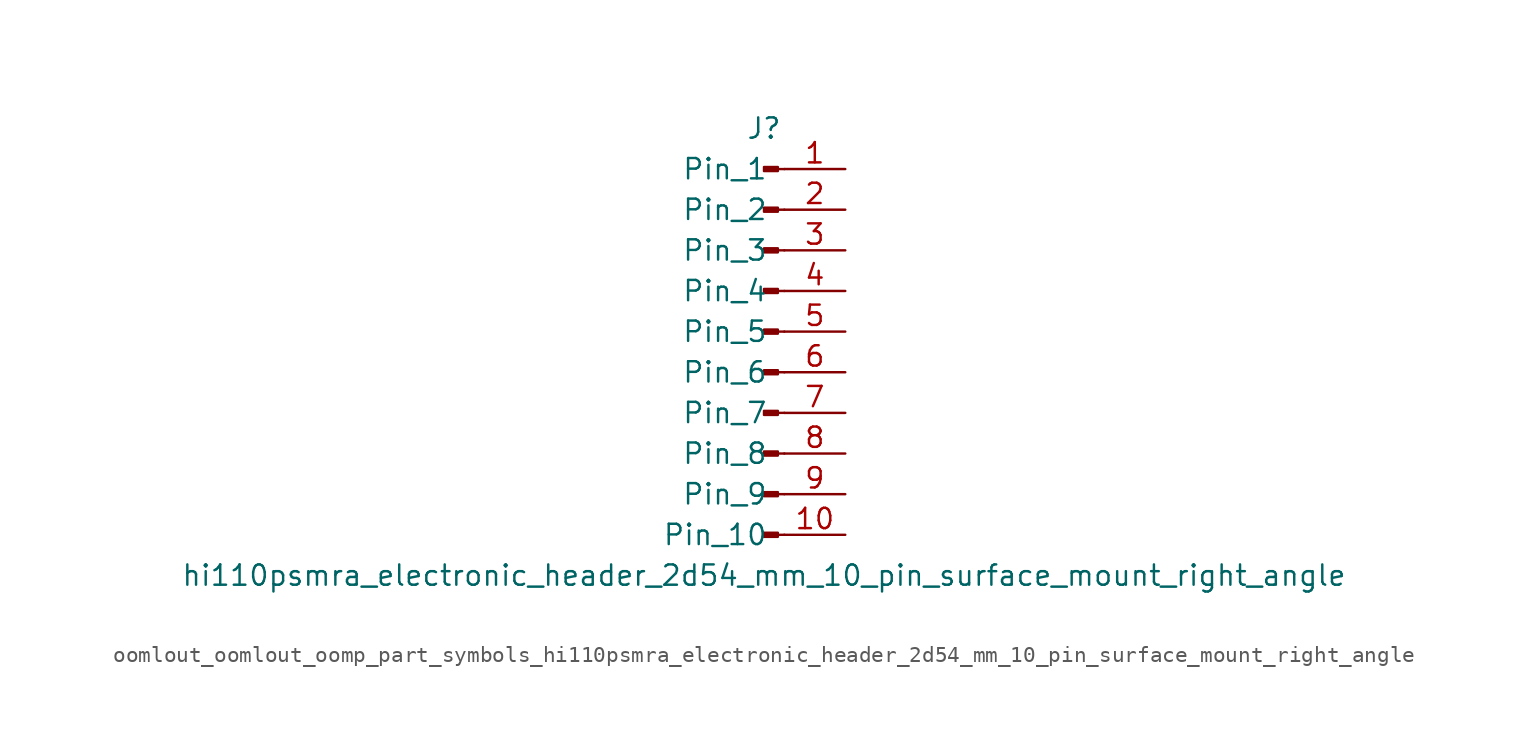
<source format=kicad_sym>
(kicad_symbol_lib
  (version 20220914)
  (generator kicad_symbol_editor)
  (symbol "oomlout_oomlout_oomp_part_symbols_hi110psmra_electronic_header_2d54_mm_10_pin_surface_mount_right_angle"
    (pin_names
      (offset 1.016))
    (property "Reference" "J"
      (at 0 12.7 0)
      (effects (font (size 1.27 1.27))))
    (property "Value" "hi110psmra_electronic_header_2d54_mm_10_pin_surface_mount_right_angle"
      (at 0 -15.24 0)
      (effects (font (size 1.27 1.27))))
    (property "ki_locked" ""
      (at 0 0 0)
      (effects (font (size 1.27 1.27))))
    (symbol "oomlout_oomlout_oomp_part_symbols_hi110psmra_electronic_header_2d54_mm_10_pin_surface_mount_right_angle_1_1"
      (polyline (pts (xy 1.27 -12.7) (xy 0.864 -12.7)) (stroke (width 0.152) (type default)) (fill (type none)))
      (polyline (pts (xy 1.27 -10.16) (xy 0.864 -10.16)) (stroke (width 0.152) (type default)) (fill (type none)))
      (polyline (pts (xy 1.27 -7.62) (xy 0.864 -7.62)) (stroke (width 0.152) (type default)) (fill (type none)))
      (polyline (pts (xy 1.27 -5.08) (xy 0.864 -5.08)) (stroke (width 0.152) (type default)) (fill (type none)))
      (polyline (pts (xy 1.27 -2.54) (xy 0.864 -2.54)) (stroke (width 0.152) (type default)) (fill (type none)))
      (polyline (pts (xy 1.27 0) (xy 0.864 0)) (stroke (width 0.152) (type default)) (fill (type none)))
      (polyline (pts (xy 1.27 2.54) (xy 0.864 2.54)) (stroke (width 0.152) (type default)) (fill (type none)))
      (polyline (pts (xy 1.27 5.08) (xy 0.864 5.08)) (stroke (width 0.152) (type default)) (fill (type none)))
      (polyline (pts (xy 1.27 7.62) (xy 0.864 7.62)) (stroke (width 0.152) (type default)) (fill (type none)))
      (polyline (pts (xy 1.27 10.16) (xy 0.864 10.16)) (stroke (width 0.152) (type default)) (fill (type none)))
      (rectangle (start 0.864 -12.573) (end 0 -12.827) (stroke (width 0.152) (type default)) (fill (type outline)))
      (rectangle (start 0.864 -10.033) (end 0 -10.287) (stroke (width 0.152) (type default)) (fill (type outline)))
      (rectangle (start 0.864 -7.493) (end 0 -7.747) (stroke (width 0.152) (type default)) (fill (type outline)))
      (rectangle (start 0.864 -4.953) (end 0 -5.207) (stroke (width 0.152) (type default)) (fill (type outline)))
      (rectangle (start 0.864 -2.413) (end 0 -2.667) (stroke (width 0.152) (type default)) (fill (type outline)))
      (rectangle (start 0.864 0.127) (end 0 -0.127) (stroke (width 0.152) (type default)) (fill (type outline)))
      (rectangle (start 0.864 2.667) (end 0 2.413) (stroke (width 0.152) (type default)) (fill (type outline)))
      (rectangle (start 0.864 5.207) (end 0 4.953) (stroke (width 0.152) (type default)) (fill (type outline)))
      (rectangle (start 0.864 7.747) (end 0 7.493) (stroke (width 0.152) (type default)) (fill (type outline)))
      (rectangle (start 0.864 10.287) (end 0 10.033) (stroke (width 0.152) (type default)) (fill (type outline)))
      (pin passive line (at 5.08 10.16 180) (length 3.81) (name "Pin_1" (effects (font (size 1.27 1.27)))) (number "1" (effects (font (size 1.27 1.27)))))
      (pin passive line (at 5.08 -12.7 180) (length 3.81) (name "Pin_10" (effects (font (size 1.27 1.27)))) (number "10" (effects (font (size 1.27 1.27)))))
      (pin passive line (at 5.08 7.62 180) (length 3.81) (name "Pin_2" (effects (font (size 1.27 1.27)))) (number "2" (effects (font (size 1.27 1.27)))))
      (pin passive line (at 5.08 5.08 180) (length 3.81) (name "Pin_3" (effects (font (size 1.27 1.27)))) (number "3" (effects (font (size 1.27 1.27)))))
      (pin passive line (at 5.08 2.54 180) (length 3.81) (name "Pin_4" (effects (font (size 1.27 1.27)))) (number "4" (effects (font (size 1.27 1.27)))))
      (pin passive line (at 5.08 0 180) (length 3.81) (name "Pin_5" (effects (font (size 1.27 1.27)))) (number "5" (effects (font (size 1.27 1.27)))))
      (pin passive line (at 5.08 -2.54 180) (length 3.81) (name "Pin_6" (effects (font (size 1.27 1.27)))) (number "6" (effects (font (size 1.27 1.27)))))
      (pin passive line (at 5.08 -5.08 180) (length 3.81) (name "Pin_7" (effects (font (size 1.27 1.27)))) (number "7" (effects (font (size 1.27 1.27)))))
      (pin passive line (at 5.08 -7.62 180) (length 3.81) (name "Pin_8" (effects (font (size 1.27 1.27)))) (number "8" (effects (font (size 1.27 1.27)))))
      (pin passive line (at 5.08 -10.16 180) (length 3.81) (name "Pin_9" (effects (font (size 1.27 1.27)))) (number "9" (effects (font (size 1.27 1.27))))))))
</source>
